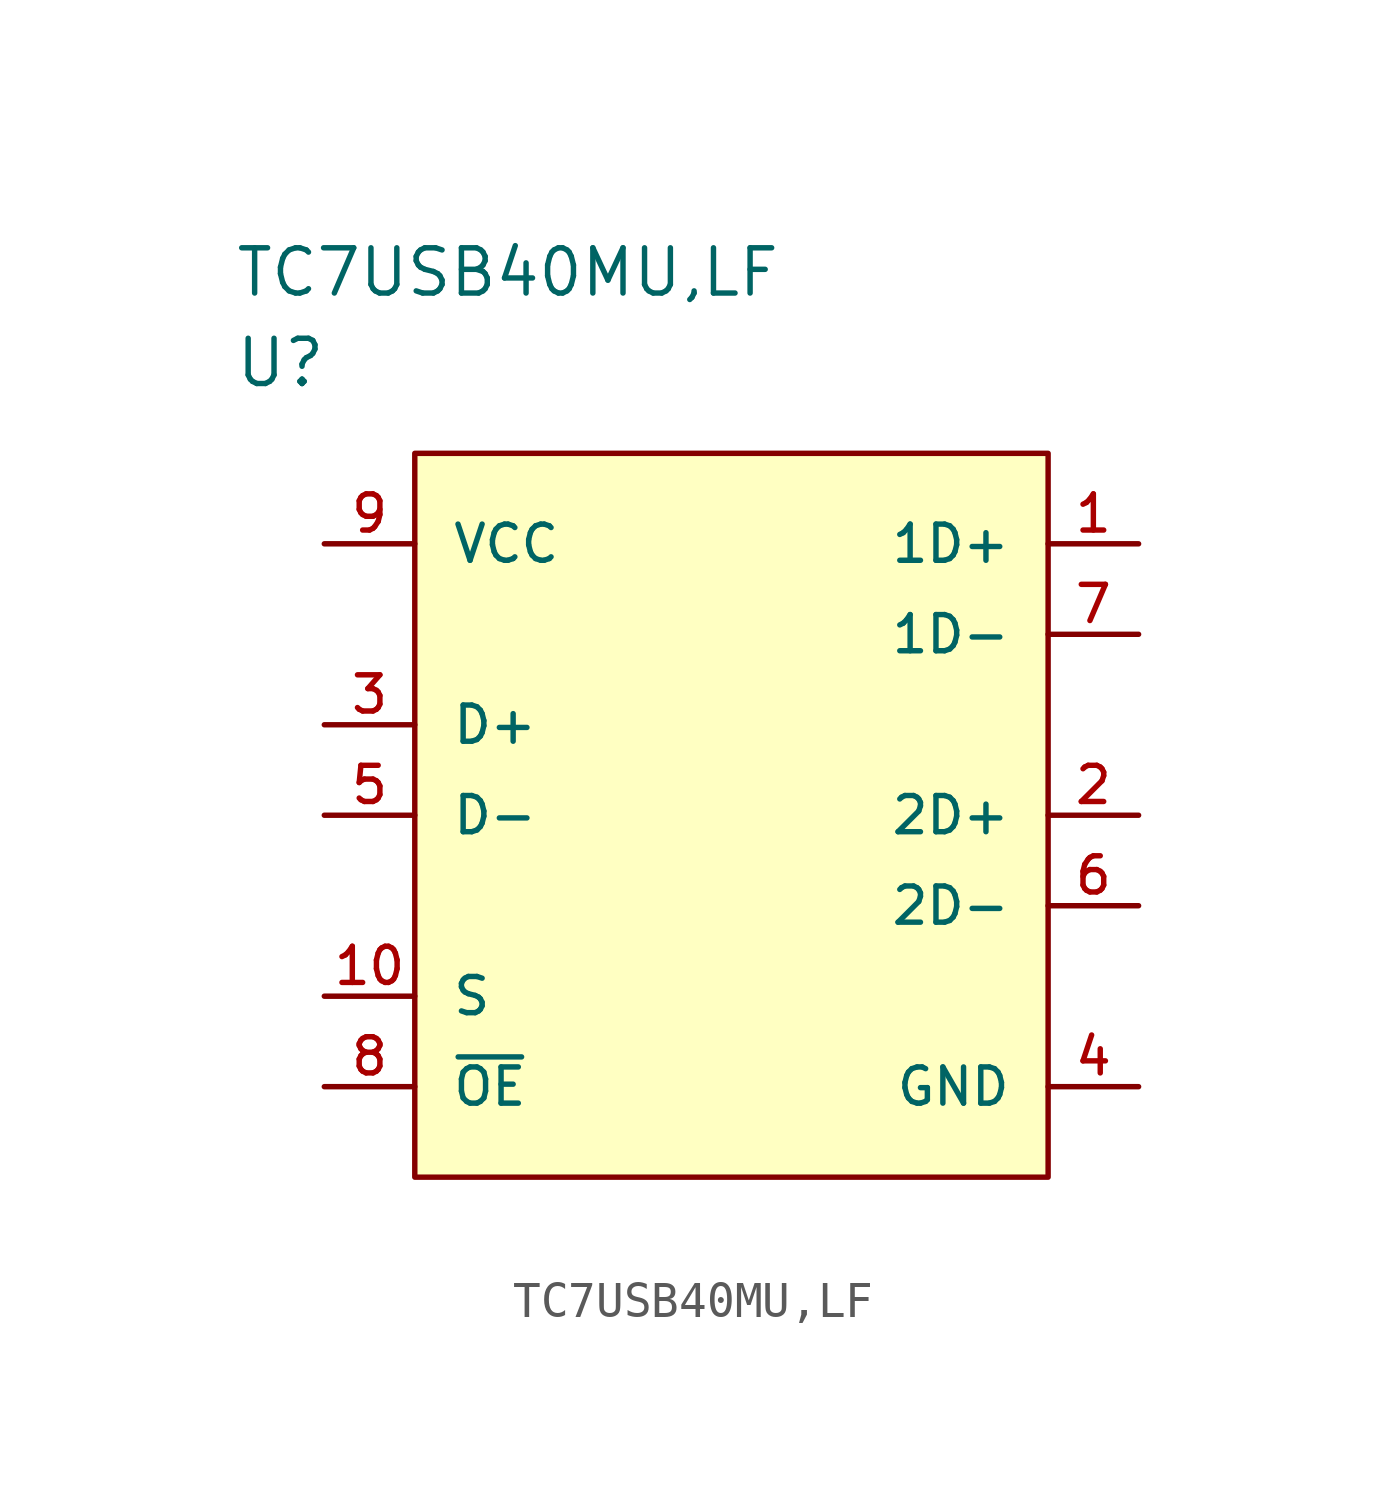
<source format=kicad_sym>
(kicad_symbol_lib
  (version 20211014)
  (generator kicad_symbol_editor)
  (symbol "TC7USB40MU,LF"
    (pin_names
      (offset 1.016))
    (property "Reference" "U"
      (at 0 5.08 0)
      (effects (font (size 1.27 1.27)) (justify left)))
    (property "Value" "TC7USB40MU,LF"
      (at 0 7.62 0)
      (effects (font (size 1.27 1.27)) (justify left)))
    (symbol "TC7USB40MU,LF_1_1"
      (rectangle (start 5.08 2.54) (end 22.86 -17.78) (stroke (width 0) (type default) (color 0 0 0 0)) (fill (type background)))
      (pin bidirectional line (at 25.4 0 180) (length 2.54) (name "1D+" (effects (font (size 1.016 1.016)))) (number "1" (effects (font (size 1.016 1.016)))))
      (pin input line (at 2.54 -12.7 0) (length 2.54) (name "S" (effects (font (size 1.016 1.016)))) (number "10" (effects (font (size 1.016 1.016)))))
      (pin bidirectional line (at 25.4 -7.62 180) (length 2.54) (name "2D+" (effects (font (size 1.016 1.016)))) (number "2" (effects (font (size 1.016 1.016)))))
      (pin bidirectional line (at 2.54 -5.08 0) (length 2.54) (name "D+" (effects (font (size 1.016 1.016)))) (number "3" (effects (font (size 1.016 1.016)))))
      (pin power_in line (at 25.4 -15.24 180) (length 2.54) (name "GND" (effects (font (size 1.016 1.016)))) (number "4" (effects (font (size 1.016 1.016)))))
      (pin bidirectional line (at 2.54 -7.62 0) (length 2.54) (name "D-" (effects (font (size 1.016 1.016)))) (number "5" (effects (font (size 1.016 1.016)))))
      (pin bidirectional line (at 25.4 -10.16 180) (length 2.54) (name "2D-" (effects (font (size 1.016 1.016)))) (number "6" (effects (font (size 1.016 1.016)))))
      (pin bidirectional line (at 25.4 -2.54 180) (length 2.54) (name "1D-" (effects (font (size 1.016 1.016)))) (number "7" (effects (font (size 1.016 1.016)))))
      (pin input line (at 2.54 -15.24 0) (length 2.54) (name "~{OE}" (effects (font (size 1.016 1.016)))) (number "8" (effects (font (size 1.016 1.016)))))
      (pin power_in line (at 2.54 0 0) (length 2.54) (name "VCC" (effects (font (size 1.016 1.016)))) (number "9" (effects (font (size 1.016 1.016))))))))
</source>
